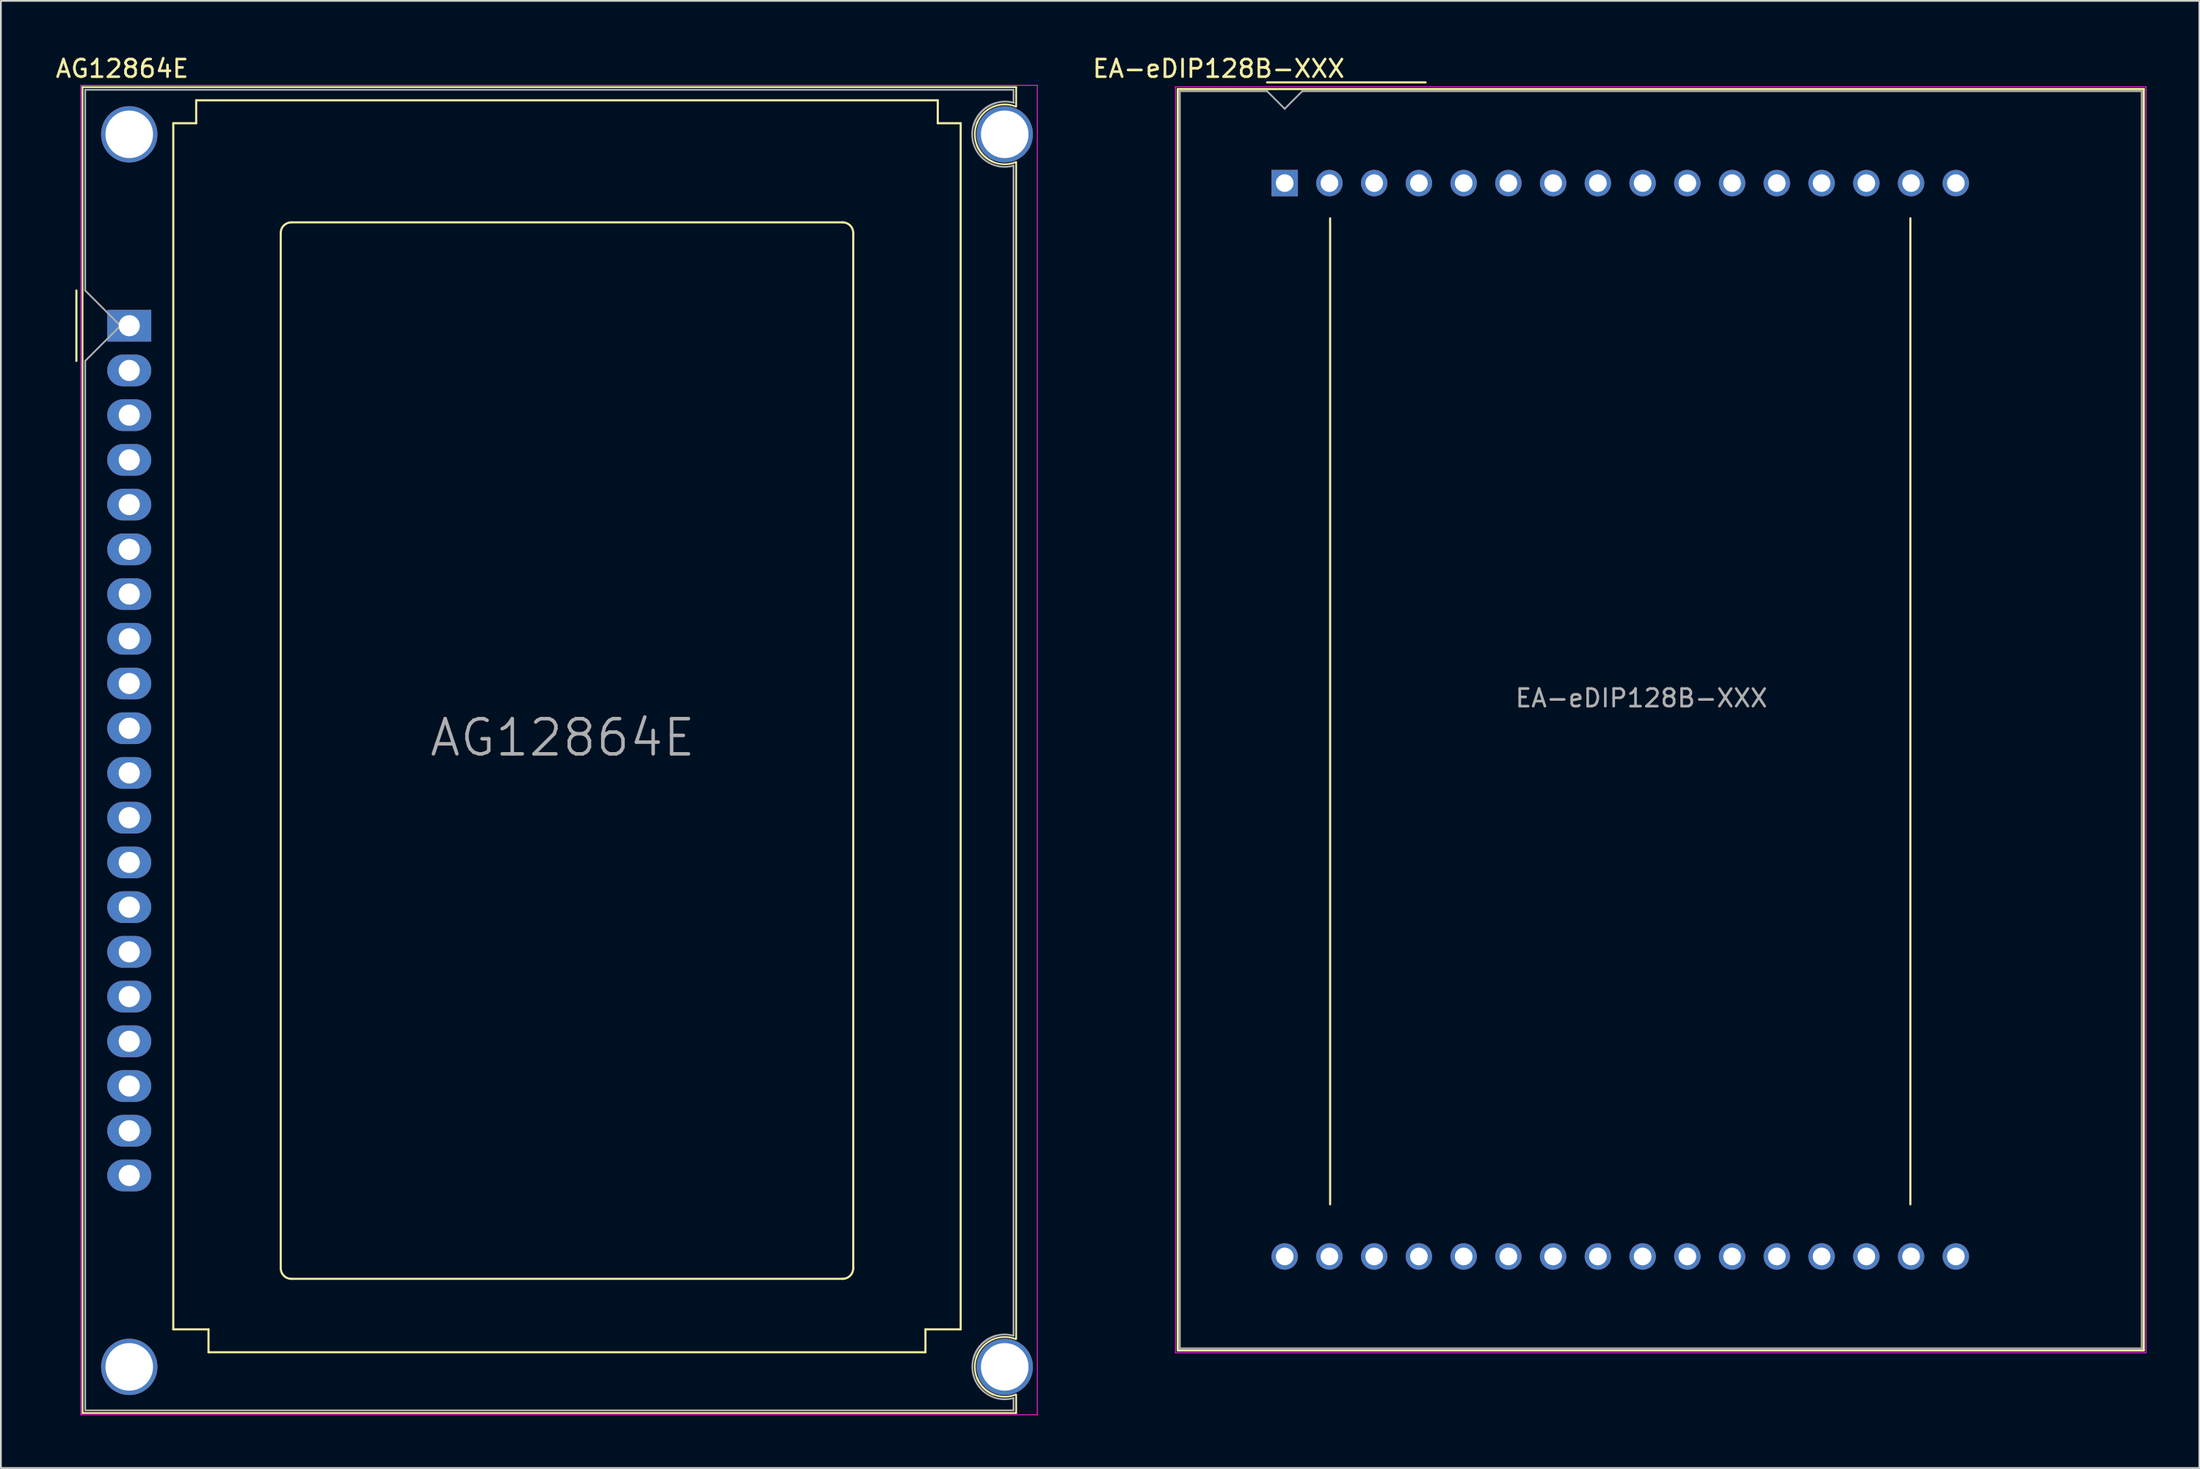
<source format=kicad_pcb>
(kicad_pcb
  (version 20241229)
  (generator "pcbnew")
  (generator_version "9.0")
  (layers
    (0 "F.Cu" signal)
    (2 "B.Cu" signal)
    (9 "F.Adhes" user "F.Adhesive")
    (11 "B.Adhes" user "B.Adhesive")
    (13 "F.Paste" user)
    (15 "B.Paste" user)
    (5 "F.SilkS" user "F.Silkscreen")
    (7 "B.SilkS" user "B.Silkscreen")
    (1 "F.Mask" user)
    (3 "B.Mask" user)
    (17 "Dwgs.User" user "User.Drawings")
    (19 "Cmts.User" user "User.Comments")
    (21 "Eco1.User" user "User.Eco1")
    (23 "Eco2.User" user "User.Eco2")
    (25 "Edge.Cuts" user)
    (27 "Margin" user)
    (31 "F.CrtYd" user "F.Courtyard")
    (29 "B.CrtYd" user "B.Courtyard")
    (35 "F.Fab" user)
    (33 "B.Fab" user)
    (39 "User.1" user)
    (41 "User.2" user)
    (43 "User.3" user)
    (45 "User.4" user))
  (footprint "EA-eDIP128B-XXX"
    (layer "F.Cu")
    (at 69.88 7.348)
    (property "Reference" "EA-eDIP128B-XXX" (at -3.75 -6.5 0) (layer "F.SilkS") (effects (font (size 1 1) (thickness 0.15))))
    (attr through_hole)
    (fp_line (start -6.07 -5.34) (end 48.77 -5.34) (stroke (width 0.12) (type solid)) (layer "F.SilkS"))
    (fp_line (start -6.07 66.3) (end -6.07 -5.34) (stroke (width 0.12) (type solid)) (layer "F.SilkS"))
    (fp_line (start -1 -5.72) (end 8 -5.72) (stroke (width 0.12) (type solid)) (layer "F.SilkS"))
    (fp_line (start 2.58 58) (end 2.58 2) (stroke (width 0.12) (type solid)) (layer "F.SilkS"))
    (fp_line (start 35.52 2) (end 35.52 58) (stroke (width 0.12) (type solid)) (layer "F.SilkS"))
    (fp_line (start 48.77 -5.34) (end 48.77 66.3) (stroke (width 0.12) (type solid)) (layer "F.SilkS"))
    (fp_line (start 48.77 66.3) (end -6.07 66.3) (stroke (width 0.12) (type solid)) (layer "F.SilkS"))
    (fp_line (start -6.2 -5.47) (end 48.9 -5.47) (stroke (width 0.05) (type solid)) (layer "F.CrtYd"))
    (fp_line (start -6.2 66.43) (end -6.2 -5.47) (stroke (width 0.05) (type solid)) (layer "F.CrtYd"))
    (fp_line (start 48.9 -5.47) (end 48.9 66.43) (stroke (width 0.05) (type solid)) (layer "F.CrtYd"))
    (fp_line (start 48.9 66.43) (end -6.2 66.43) (stroke (width 0.05) (type solid)) (layer "F.CrtYd"))
    (fp_line (start -5.95 -5.22) (end -1 -5.22) (stroke (width 0.1) (type solid)) (layer "F.Fab"))
    (fp_line (start -5.95 66.18) (end -5.95 -5.22) (stroke (width 0.1) (type solid)) (layer "F.Fab"))
    (fp_line (start -1 -5.22) (end 0 -4.22) (stroke (width 0.1) (type solid)) (layer "F.Fab"))
    (fp_line (start 0 -4.22) (end 1 -5.22) (stroke (width 0.1) (type solid)) (layer "F.Fab"))
    (fp_line (start 1 -5.22) (end 48.65 -5.22) (stroke (width 0.1) (type solid)) (layer "F.Fab"))
    (fp_line (start 48.65 -5.22) (end 48.65 66.18) (stroke (width 0.1) (type solid)) (layer "F.Fab"))
    (fp_line (start 48.65 66.18) (end -5.95 66.18) (stroke (width 0.1) (type solid)) (layer "F.Fab"))
    (fp_text user "${REFERENCE}" (at 20.25 29.25 0) (layer "F.Fab") (effects (font (size 1 1) (thickness 0.15))))
    (pad "1" thru_hole rect (at 0 0) (size 1.5 1.5) (drill 1) (layers "*.Cu" "*.Mask"))
    (pad "2" thru_hole circle (at 2.54 0) (size 1.5 1.5) (drill 1) (layers "*.Cu" "*.Mask"))
    (pad "3" thru_hole circle (at 5.08 0) (size 1.5 1.5) (drill 1) (layers "*.Cu" "*.Mask"))
    (pad "4" thru_hole circle (at 7.62 0) (size 1.5 1.5) (drill 1) (layers "*.Cu" "*.Mask"))
    (pad "5" thru_hole circle (at 10.16 0) (size 1.5 1.5) (drill 1) (layers "*.Cu" "*.Mask"))
    (pad "6" thru_hole circle (at 12.7 0) (size 1.5 1.5) (drill 1) (layers "*.Cu" "*.Mask"))
    (pad "7" thru_hole circle (at 15.24 0) (size 1.5 1.5) (drill 1) (layers "*.Cu" "*.Mask"))
    (pad "8" thru_hole circle (at 17.78 0) (size 1.5 1.5) (drill 1) (layers "*.Cu" "*.Mask"))
    (pad "9" thru_hole circle (at 20.32 0) (size 1.5 1.5) (drill 1) (layers "*.Cu" "*.Mask"))
    (pad "10" thru_hole circle (at 22.86 0) (size 1.5 1.5) (drill 1) (layers "*.Cu" "*.Mask"))
    (pad "11" thru_hole circle (at 25.4 0) (size 1.5 1.5) (drill 1) (layers "*.Cu" "*.Mask"))
    (pad "12" thru_hole circle (at 27.94 0) (size 1.5 1.5) (drill 1) (layers "*.Cu" "*.Mask"))
    (pad "13" thru_hole circle (at 30.48 0) (size 1.5 1.5) (drill 1) (layers "*.Cu" "*.Mask"))
    (pad "14" thru_hole circle (at 33.02 0) (size 1.5 1.5) (drill 1) (layers "*.Cu" "*.Mask"))
    (pad "15" thru_hole circle (at 35.56 0) (size 1.5 1.5) (drill 1) (layers "*.Cu" "*.Mask"))
    (pad "16" thru_hole circle (at 38.1 0) (size 1.5 1.5) (drill 1) (layers "*.Cu" "*.Mask"))
    (pad "17" thru_hole circle (at 38.1 60.96) (size 1.5 1.5) (drill 1) (layers "*.Cu" "*.Mask"))
    (pad "18" thru_hole circle (at 35.56 60.96) (size 1.5 1.5) (drill 1) (layers "*.Cu" "*.Mask"))
    (pad "19" thru_hole circle (at 33.02 60.96) (size 1.5 1.5) (drill 1) (layers "*.Cu" "*.Mask"))
    (pad "20" thru_hole circle (at 30.48 60.96) (size 1.5 1.5) (drill 1) (layers "*.Cu" "*.Mask"))
    (pad "21" thru_hole circle (at 27.94 60.96) (size 1.5 1.5) (drill 1) (layers "*.Cu" "*.Mask"))
    (pad "22" thru_hole circle (at 25.4 60.96) (size 1.5 1.5) (drill 1) (layers "*.Cu" "*.Mask"))
    (pad "23" thru_hole circle (at 22.86 60.96) (size 1.5 1.5) (drill 1) (layers "*.Cu" "*.Mask"))
    (pad "24" thru_hole circle (at 20.32 60.96) (size 1.5 1.5) (drill 1) (layers "*.Cu" "*.Mask"))
    (pad "25" thru_hole circle (at 17.78 60.96) (size 1.5 1.5) (drill 1) (layers "*.Cu" "*.Mask"))
    (pad "26" thru_hole circle (at 15.24 60.96) (size 1.5 1.5) (drill 1) (layers "*.Cu" "*.Mask"))
    (pad "27" thru_hole circle (at 12.7 60.96) (size 1.5 1.5) (drill 1) (layers "*.Cu" "*.Mask"))
    (pad "28" thru_hole circle (at 10.16 60.96) (size 1.5 1.5) (drill 1) (layers "*.Cu" "*.Mask"))
    (pad "29" thru_hole circle (at 7.62 60.96) (size 1.5 1.5) (drill 1) (layers "*.Cu" "*.Mask"))
    (pad "30" thru_hole circle (at 5.08 60.96) (size 1.5 1.5) (drill 1) (layers "*.Cu" "*.Mask"))
    (pad "31" thru_hole circle (at 2.54 60.96) (size 1.5 1.5) (drill 1) (layers "*.Cu" "*.Mask"))
    (pad "32" thru_hole circle (at 0 60.96) (size 1.5 1.5) (drill 1) (layers "*.Cu" "*.Mask")))
  (footprint "AG12864E"
    (layer "F.Cu")
    (at 4.287 15.448)
    (property "Reference" "AG12864E" (at -0.4 -14.6 0) (layer "F.SilkS") (effects (font (size 1 1) (thickness 0.15))))
    (attr through_hole)
    (fp_line (start -3 -2) (end -3 2) (stroke (width 0.12) (type solid)) (layer "F.SilkS"))
    (fp_line (start -2.65 -13.55) (end -2.65 61.75) (stroke (width 0.1) (type solid)) (layer "F.SilkS"))
    (fp_line (start -2.65 61.75) (end 50.35 61.75) (stroke (width 0.1) (type solid)) (layer "F.SilkS"))
    (fp_line (start 2.5 57) (end 2.5 -11.5) (stroke (width 0.12) (type solid)) (layer "F.SilkS"))
    (fp_line (start 2.5 57) (end 4.5 57) (stroke (width 0.12) (type solid)) (layer "F.SilkS"))
    (fp_line (start 3.8 -12.8) (end 3.8 -11.5) (stroke (width 0.12) (type solid)) (layer "F.SilkS"))
    (fp_line (start 3.8 -12.8) (end 45.9 -12.8) (stroke (width 0.12) (type solid)) (layer "F.SilkS"))
    (fp_line (start 3.8 -11.5) (end 2.5 -11.5) (stroke (width 0.12) (type solid)) (layer "F.SilkS"))
    (fp_line (start 4.5 57) (end 4.5 58.3) (stroke (width 0.12) (type solid)) (layer "F.SilkS"))
    (fp_line (start 8.6 -5.27) (end 8.6 53.53) (stroke (width 0.12) (type solid)) (layer "F.SilkS"))
    (fp_line (start 9.2 54.13) (end 40.5 54.13) (stroke (width 0.12) (type solid)) (layer "F.SilkS"))
    (fp_line (start 40.5 -5.87) (end 9.21 -5.87) (stroke (width 0.12) (type solid)) (layer "F.SilkS"))
    (fp_line (start 41.1 53.53) (end 41.1 -5.27) (stroke (width 0.12) (type solid)) (layer "F.SilkS"))
    (fp_line (start 45.2 57) (end 45.2 58.3) (stroke (width 0.12) (type solid)) (layer "F.SilkS"))
    (fp_line (start 45.2 58.3) (end 4.5 58.3) (stroke (width 0.12) (type solid)) (layer "F.SilkS"))
    (fp_line (start 45.9 -11.5) (end 45.9 -12.8) (stroke (width 0.12) (type solid)) (layer "F.SilkS"))
    (fp_line (start 47.2 -11.5) (end 45.9 -11.5) (stroke (width 0.12) (type solid)) (layer "F.SilkS"))
    (fp_line (start 47.2 -11.5) (end 47.2 57) (stroke (width 0.12) (type solid)) (layer "F.SilkS"))
    (fp_line (start 47.2 57) (end 45.2 57) (stroke (width 0.12) (type solid)) (layer "F.SilkS"))
    (fp_line (start 50.35 -13.55) (end -2.65 -13.55) (stroke (width 0.1) (type solid)) (layer "F.SilkS"))
    (fp_line (start 50.35 -13.54) (end 50.35 -12.44) (stroke (width 0.1) (type solid)) (layer "F.SilkS"))
    (fp_line (start 50.35 57.55) (end 50.35 -9.3) (stroke (width 0.1) (type solid)) (layer "F.SilkS"))
    (fp_line (start 50.35 61.75) (end 50.35 60.7) (stroke (width 0.1) (type solid)) (layer "F.SilkS"))
    (fp_arc (start 8.6 -5.27) (mid 8.775736 -5.694264) (end 9.2 -5.87) (stroke (width 0.12) (type solid)) (layer "F.SilkS"))
    (fp_arc (start 9.2 54.13) (mid 8.775736 53.954264) (end 8.6 53.53) (stroke (width 0.12) (type solid)) (layer "F.SilkS"))
    (fp_arc (start 40.5 -5.87) (mid 40.924264 -5.694264) (end 41.1 -5.27) (stroke (width 0.12) (type solid)) (layer "F.SilkS"))
    (fp_arc (start 41.1 53.53) (mid 40.924264 53.954264) (end 40.5 54.13) (stroke (width 0.12) (type solid)) (layer "F.SilkS"))
    (fp_arc (start 48.12 -11.49) (mid 49.021177 -12.425635) (end 50.32 -12.45) (stroke (width 0.1) (type solid)) (layer "F.SilkS"))
    (fp_arc (start 48.12 58.51) (mid 49.021177 57.574365) (end 50.32 57.55) (stroke (width 0.1) (type solid)) (layer "F.SilkS"))
    (fp_arc (start 49.01 -9.32) (mid 48.116081 -10.261888) (end 48.15 -11.56) (stroke (width 0.1) (type solid)) (layer "F.SilkS"))
    (fp_arc (start 49.08 60.71) (mid 48.144365 59.808823) (end 48.12 58.51) (stroke (width 0.1) (type solid)) (layer "F.SilkS"))
    (fp_arc (start 50.31 60.71) (mid 49.014106 60.678564) (end 48.12 59.74) (stroke (width 0.1) (type solid)) (layer "F.SilkS"))
    (fp_arc (start 50.33 -9.29) (mid 49.028249 -9.307294) (end 48.12 -10.24) (stroke (width 0.1) (type solid)) (layer "F.SilkS"))
    (fp_line (start -2.75 -13.65) (end -2.75 61.85) (stroke (width 0.05) (type solid)) (layer "F.CrtYd"))
    (fp_line (start -2.75 -13.65) (end 51.55 -13.65) (stroke (width 0.05) (type solid)) (layer "F.CrtYd"))
    (fp_line (start -2.75 61.85) (end 51.55 61.85) (stroke (width 0.05) (type solid)) (layer "F.CrtYd"))
    (fp_line (start 51.55 -13.65) (end 51.55 61.85) (stroke (width 0.05) (type solid)) (layer "F.CrtYd"))
    (fp_line (start -2.5 -13.4) (end -2.5 -2) (stroke (width 0.1) (type solid)) (layer "F.Fab"))
    (fp_line (start -2.5 -13.4) (end 50.2 -13.4) (stroke (width 0.1) (type solid)) (layer "F.Fab"))
    (fp_line (start -2.5 -2) (end -0.5 0) (stroke (width 0.1) (type solid)) (layer "F.Fab"))
    (fp_line (start -2.5 2) (end -2.5 61.6) (stroke (width 0.1) (type solid)) (layer "F.Fab"))
    (fp_line (start -2.5 61.6) (end 50.2 61.6) (stroke (width 0.1) (type solid)) (layer "F.Fab"))
    (fp_line (start -0.5 0) (end -2.5 2) (stroke (width 0.1) (type solid)) (layer "F.Fab"))
    (fp_line (start 50.2 -13.4) (end 50.2 -12.7) (stroke (width 0.1) (type solid)) (layer "F.Fab"))
    (fp_line (start 50.2 -9.1) (end 50.2 57.35) (stroke (width 0.1) (type solid)) (layer "F.Fab"))
    (fp_line (start 50.2 61.6) (end 50.2 60.9) (stroke (width 0.1) (type solid)) (layer "F.Fab"))
    (fp_arc (start 47.92 -10.37) (mid 48.087797 -11.775097) (end 49.2 -12.65) (stroke (width 0.1) (type solid)) (layer "F.Fab"))
    (fp_arc (start 47.93 -11.36) (mid 48.810761 -12.486346) (end 50.23 -12.66) (stroke (width 0.1) (type solid)) (layer "F.Fab"))
    (fp_arc (start 47.93 58.63) (mid 48.801974 57.524868) (end 50.2 57.36) (stroke (width 0.1) (type solid)) (layer "F.Fab"))
    (fp_arc (start 47.93 59.63) (mid 48.094868 58.231974) (end 49.2 57.36) (stroke (width 0.1) (type solid)) (layer "F.Fab"))
    (fp_arc (start 50.2 -9.09) (mid 48.794903 -9.257797) (end 47.92 -10.37) (stroke (width 0.1) (type solid)) (layer "F.Fab"))
    (fp_arc (start 50.2 60.9) (mid 48.801974 60.735132) (end 47.93 59.63) (stroke (width 0.1) (type solid)) (layer "F.Fab"))
    (fp_text user "${REFERENCE}" (at 24.6 23.4 0) (layer "F.Fab") (effects (font (size 2 2) (thickness 0.2))))
    (pad "" thru_hole circle (at 0 -10.87 270) (size 3.2 3.2) (drill 2.7) (layers "*.Cu" "*.Mask"))
    (pad "" thru_hole circle (at 0 59.13 270) (size 3.2 3.2) (drill 2.7) (layers "*.Cu" "*.Mask"))
    (pad "" thru_hole circle (at 49.7 -10.87 270) (size 3.2 3.2) (drill 2.7) (layers "*.Cu" "*.Mask"))
    (pad "" thru_hole circle (at 49.7 59.13 270) (size 3.2 3.2) (drill 2.7) (layers "*.Cu" "*.Mask"))
    (pad "1" thru_hole rect (at 0 0 270) (size 1.8 2.5) (drill 1.2) (layers "*.Cu" "*.Mask"))
    (pad "2" thru_hole oval (at 0 2.54 270) (size 1.8 2.5) (drill 1.2) (layers "*.Cu" "*.Mask"))
    (pad "3" thru_hole oval (at 0 5.08 270) (size 1.8 2.5) (drill 1.2) (layers "*.Cu" "*.Mask"))
    (pad "4" thru_hole oval (at 0 7.62 270) (size 1.8 2.5) (drill 1.2) (layers "*.Cu" "*.Mask"))
    (pad "5" thru_hole oval (at 0 10.16 270) (size 1.8 2.5) (drill 1.2) (layers "*.Cu" "*.Mask"))
    (pad "6" thru_hole oval (at 0 12.7 270) (size 1.8 2.5) (drill 1.2) (layers "*.Cu" "*.Mask"))
    (pad "7" thru_hole oval (at 0 15.24 270) (size 1.8 2.5) (drill 1.2) (layers "*.Cu" "*.Mask"))
    (pad "8" thru_hole oval (at 0 17.78 270) (size 1.8 2.5) (drill 1.2) (layers "*.Cu" "*.Mask"))
    (pad "9" thru_hole oval (at 0 20.32 270) (size 1.8 2.5) (drill 1.2) (layers "*.Cu" "*.Mask"))
    (pad "10" thru_hole oval (at 0 22.86 270) (size 1.8 2.5) (drill 1.2) (layers "*.Cu" "*.Mask"))
    (pad "11" thru_hole oval (at 0 25.4 270) (size 1.8 2.5) (drill 1.2) (layers "*.Cu" "*.Mask"))
    (pad "12" thru_hole oval (at 0 27.94 270) (size 1.8 2.5) (drill 1.2) (layers "*.Cu" "*.Mask"))
    (pad "13" thru_hole oval (at 0 30.48 270) (size 1.8 2.5) (drill 1.2) (layers "*.Cu" "*.Mask"))
    (pad "14" thru_hole oval (at 0 33.02 270) (size 1.8 2.5) (drill 1.2) (layers "*.Cu" "*.Mask"))
    (pad "15" thru_hole oval (at 0 35.56 270) (size 1.8 2.5) (drill 1.2) (layers "*.Cu" "*.Mask"))
    (pad "16" thru_hole oval (at 0 38.1 270) (size 1.8 2.5) (drill 1.2) (layers "*.Cu" "*.Mask"))
    (pad "17" thru_hole oval (at 0 40.64 270) (size 1.8 2.5) (drill 1.2) (layers "*.Cu" "*.Mask"))
    (pad "18" thru_hole oval (at 0 43.18 270) (size 1.8 2.5) (drill 1.2) (layers "*.Cu" "*.Mask"))
    (pad "19" thru_hole oval (at 0 45.72 270) (size 1.8 2.5) (drill 1.2) (layers "*.Cu" "*.Mask"))
    (pad "20" thru_hole oval (at 0 48.26 270) (size 1.8 2.5) (drill 1.2) (layers "*.Cu" "*.Mask")))
  (gr_rect
    (start -3 -3)
    (end 121.805 80.323)
    (stroke (width 0.1) (type default))
    (fill no)
    (layer "Edge.Cuts")))
</source>
